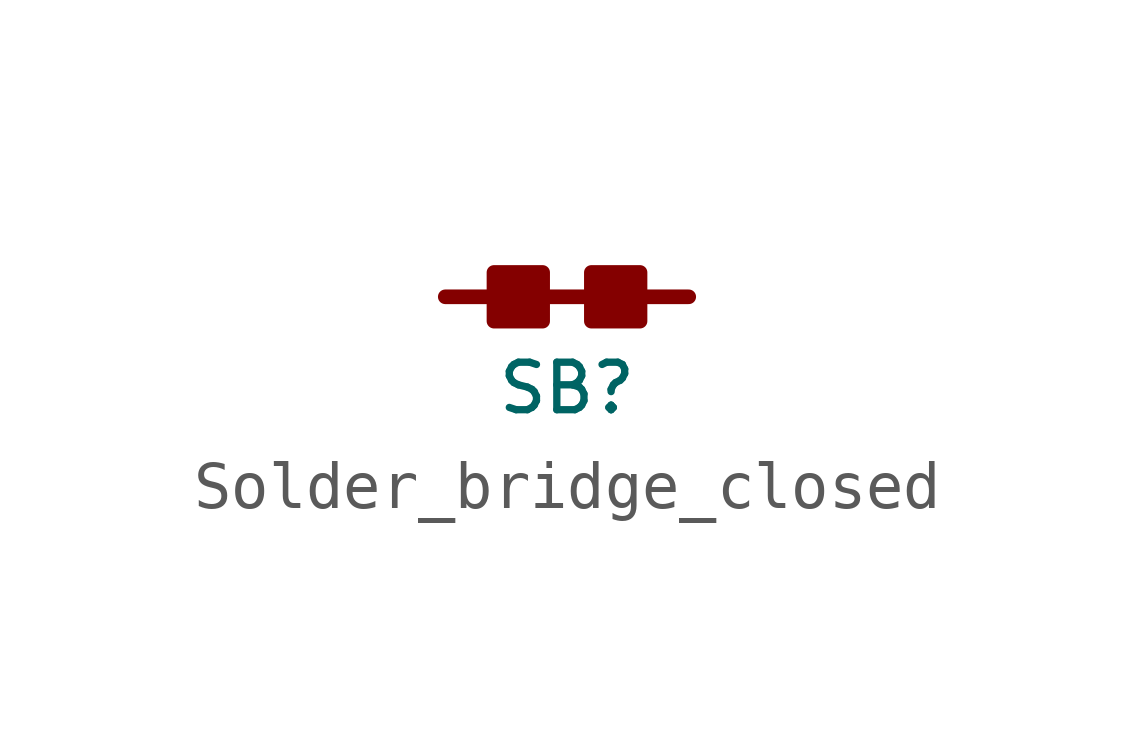
<source format=kicad_sym>
(kicad_symbol_lib
  (version 20220914)
  (generator kicad_symbol_editor)
  (symbol "Solder_bridge_closed"
    (pin_numbers hide)
    (pin_names
      (offset 1.016) hide)
    (property "Reference" "SB"
      (at 0 -1.905 0)
      (effects (font (size 0.991 0.991))))
    (property "Footprint" ""
      (at 0 1.524 0)
      (effects (font (size 0.991 0.991))))
    (property "Datasheet" ""
      (at 0 0 0)
      (effects (font (size 1.524 1.524))))
    (symbol "Solder_bridge_closed_0_0"
      (rectangle (start -0.508 0.508) (end -1.524 -0.508) (stroke (width 0.305) (type default)) (fill (type outline)))
      (polyline (pts (xy -1.27 0) (xy -2.54 0)) (stroke (width 0.305) (type default)) (fill (type none)))
      (polyline (pts (xy 0.508 0) (xy -0.508 0)) (stroke (width 0.305) (type default)) (fill (type none)))
      (polyline (pts (xy 2.54 0) (xy 1.27 0)) (stroke (width 0.305) (type default)) (fill (type none)))
      (rectangle (start 0.508 0.508) (end 1.524 -0.508) (stroke (width 0.305) (type default)) (fill (type outline)))
      (pin passive line (at -2.54 0 0) (length 0) (name "1" (effects (font (size 1.27 1.27)))) (number "1" (effects (font (size 1.27 1.27)))))
      (pin passive line (at 2.54 0 180) (length 0) (name "2" (effects (font (size 1.27 1.27)))) (number "~" (effects (font (size 1.27 1.27))))))))
</source>
